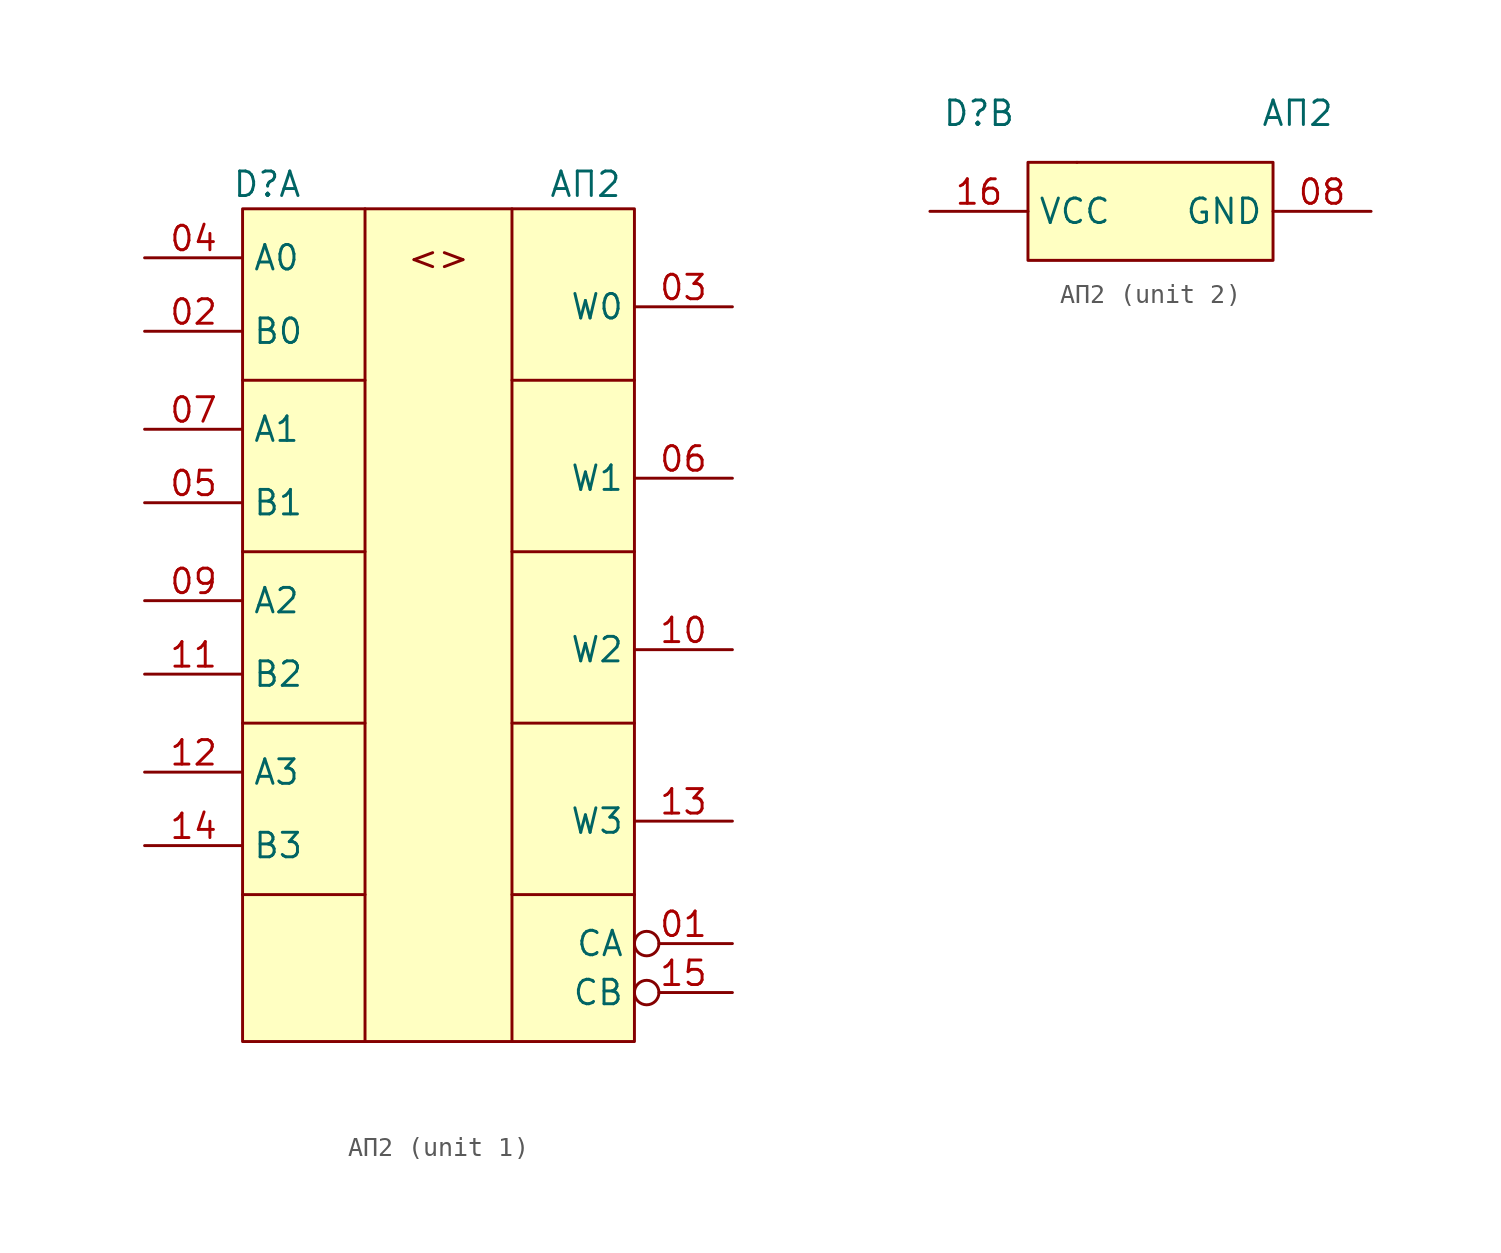
<source format=kicad_sym>
(kicad_symbol_lib
  (version 20231120)
  (generator "kicad_symbol_editor")
  (generator_version "8.0")
  (symbol "АП2"
    (property "Reference" "D"
      (at -8.89 1.27 0)
      (effects (font (size 1.27 1.27))))
    (property "Value" "АП2"
      (at 7.62 1.27 0)
      (effects (font (size 1.27 1.27))))
    (property "ki_locked" ""
      (at 0 0 0)
      (effects (font (size 1.27 1.27))))
    (symbol "АП2_1_1"
      (rectangle (start -10.16 0) (end 10.16 -43.18) (stroke (width 0) (type default)) (fill (type background)))
      (polyline (pts (xy -10.16 -35.56) (xy -3.81 -35.56)) (stroke (width 0) (type default)) (fill (type none)))
      (polyline (pts (xy -10.16 -26.67) (xy -3.81 -26.67)) (stroke (width 0) (type default)) (fill (type none)))
      (polyline (pts (xy -10.16 -17.78) (xy -3.81 -17.78)) (stroke (width 0) (type default)) (fill (type none)))
      (polyline (pts (xy -10.16 -8.89) (xy -3.81 -8.89)) (stroke (width 0) (type default)) (fill (type none)))
      (polyline (pts (xy -3.81 0) (xy -3.81 -43.18)) (stroke (width 0) (type default)) (fill (type none)))
      (polyline (pts (xy 3.81 -35.56) (xy 10.16 -35.56)) (stroke (width 0) (type default)) (fill (type none)))
      (polyline (pts (xy 3.81 -26.67) (xy 10.16 -26.67)) (stroke (width 0) (type default)) (fill (type none)))
      (polyline (pts (xy 3.81 -17.78) (xy 10.16 -17.78)) (stroke (width 0) (type default)) (fill (type none)))
      (polyline (pts (xy 3.81 -8.89) (xy 10.16 -8.89)) (stroke (width 0) (type default)) (fill (type none)))
      (polyline (pts (xy 3.81 0) (xy 3.81 -43.18)) (stroke (width 0) (type default)) (fill (type none)))
      (text "<>" (at 0 -2.54 0) (effects (font (size 1.27 1.27))))
      (pin input inverted (at 15.24 -38.1 180) (length 5.08) (name "CA" (effects (font (size 1.27 1.27)))) (number "01" (effects (font (size 1.27 1.27)))))
      (pin input line (at -15.24 -6.35 0) (length 5.08) (name "B0" (effects (font (size 1.27 1.27)))) (number "02" (effects (font (size 1.27 1.27)))))
      (pin input line (at 15.24 -5.08 180) (length 5.08) (name "W0" (effects (font (size 1.27 1.27)))) (number "03" (effects (font (size 1.27 1.27)))))
      (pin input line (at -15.24 -2.54 0) (length 5.08) (name "A0" (effects (font (size 1.27 1.27)))) (number "04" (effects (font (size 1.27 1.27)))))
      (pin input line (at -15.24 -15.24 0) (length 5.08) (name "B1" (effects (font (size 1.27 1.27)))) (number "05" (effects (font (size 1.27 1.27)))))
      (pin input line (at 15.24 -13.97 180) (length 5.08) (name "W1" (effects (font (size 1.27 1.27)))) (number "06" (effects (font (size 1.27 1.27)))))
      (pin input line (at -15.24 -11.43 0) (length 5.08) (name "A1" (effects (font (size 1.27 1.27)))) (number "07" (effects (font (size 1.27 1.27)))))
      (pin input line (at -15.24 -20.32 0) (length 5.08) (name "A2" (effects (font (size 1.27 1.27)))) (number "09" (effects (font (size 1.27 1.27)))))
      (pin input line (at 15.24 -22.86 180) (length 5.08) (name "W2" (effects (font (size 1.27 1.27)))) (number "10" (effects (font (size 1.27 1.27)))))
      (pin input line (at -15.24 -24.13 0) (length 5.08) (name "B2" (effects (font (size 1.27 1.27)))) (number "11" (effects (font (size 1.27 1.27)))))
      (pin input line (at -15.24 -29.21 0) (length 5.08) (name "A3" (effects (font (size 1.27 1.27)))) (number "12" (effects (font (size 1.27 1.27)))))
      (pin input line (at 15.24 -31.75 180) (length 5.08) (name "W3" (effects (font (size 1.27 1.27)))) (number "13" (effects (font (size 1.27 1.27)))))
      (pin input line (at -15.24 -33.02 0) (length 5.08) (name "B3" (effects (font (size 1.27 1.27)))) (number "14" (effects (font (size 1.27 1.27)))))
      (pin input inverted (at 15.24 -40.64 180) (length 5.08) (name "CB" (effects (font (size 1.27 1.27)))) (number "15" (effects (font (size 1.27 1.27))))))
    (symbol "АП2_2_1"
      (rectangle (start -6.35 -1.27) (end 6.35 -6.35) (stroke (width 0) (type default)) (fill (type background)))
      (rectangle (start -3.81 -1.27) (end -3.81 -1.27) (stroke (width 0) (type default)) (fill (type none)))
      (pin power_in line (at 11.43 -3.81 180) (length 5.08) (name "GND" (effects (font (size 1.27 1.27)))) (number "08" (effects (font (size 1.27 1.27)))))
      (pin power_in line (at -11.43 -3.81 0) (length 5.08) (name "VCC" (effects (font (size 1.27 1.27)))) (number "16" (effects (font (size 1.27 1.27))))))))
</source>
